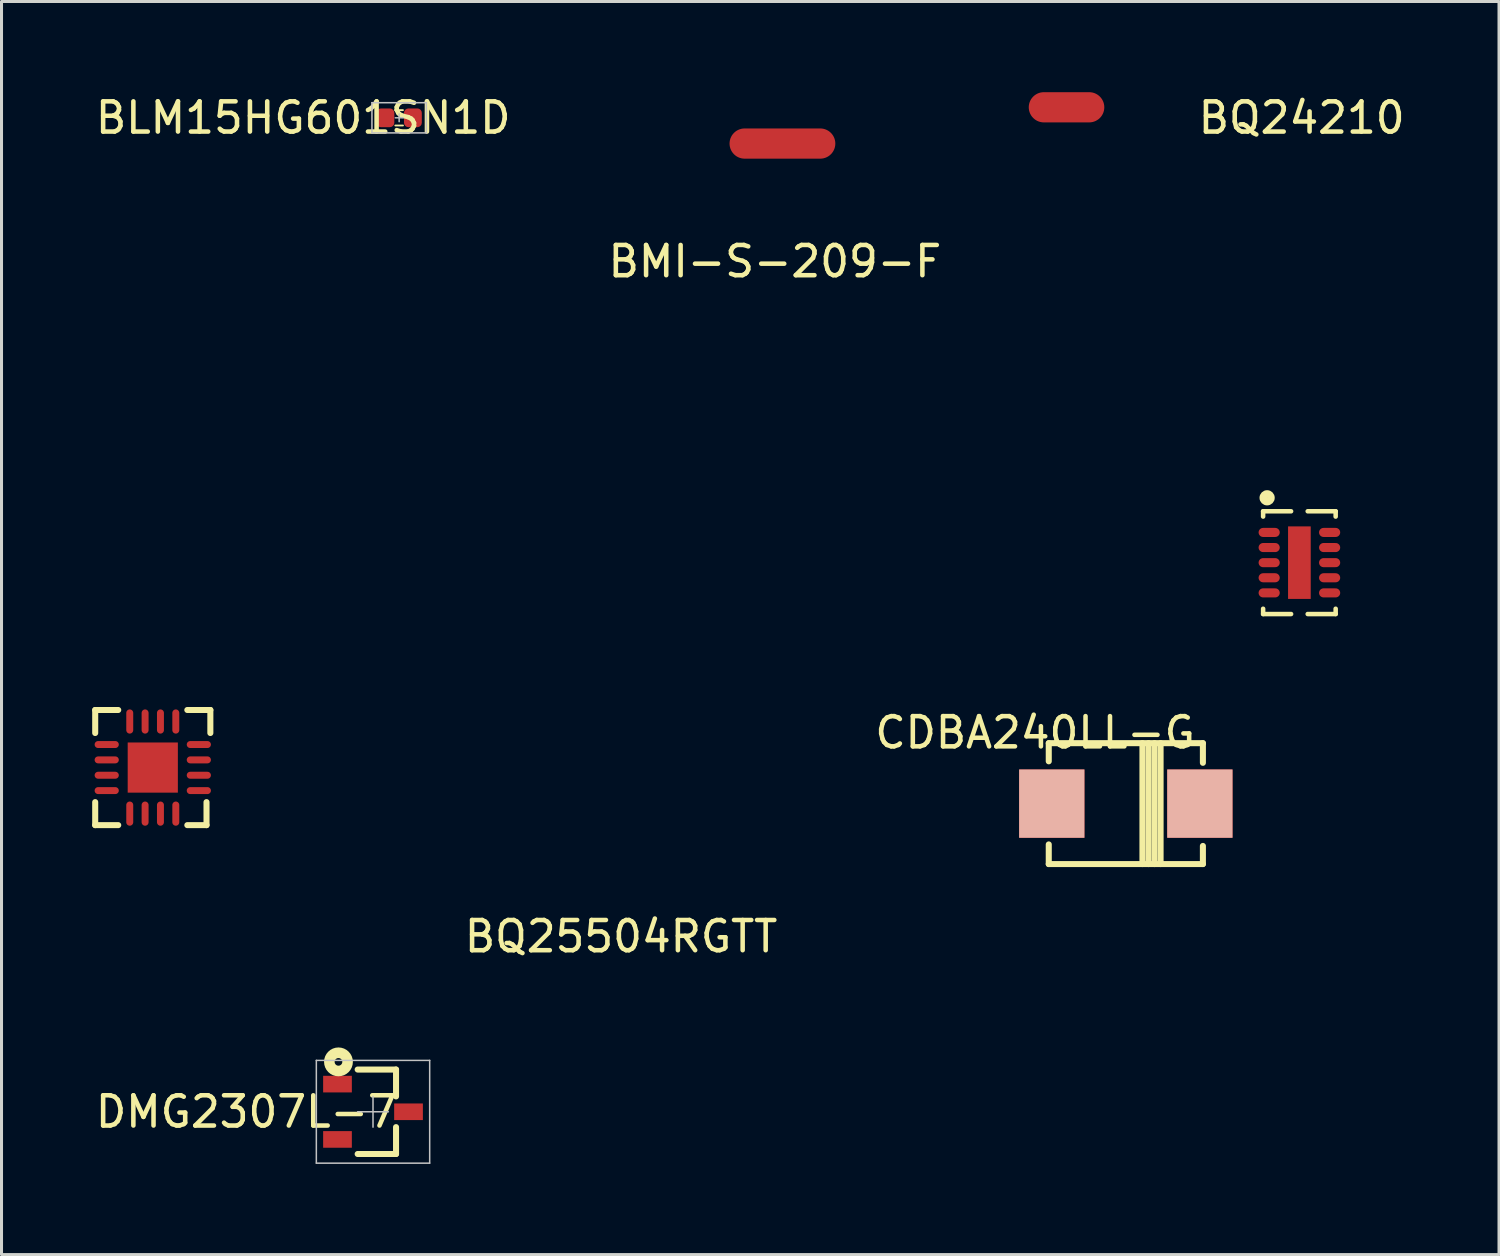
<source format=kicad_pcb>
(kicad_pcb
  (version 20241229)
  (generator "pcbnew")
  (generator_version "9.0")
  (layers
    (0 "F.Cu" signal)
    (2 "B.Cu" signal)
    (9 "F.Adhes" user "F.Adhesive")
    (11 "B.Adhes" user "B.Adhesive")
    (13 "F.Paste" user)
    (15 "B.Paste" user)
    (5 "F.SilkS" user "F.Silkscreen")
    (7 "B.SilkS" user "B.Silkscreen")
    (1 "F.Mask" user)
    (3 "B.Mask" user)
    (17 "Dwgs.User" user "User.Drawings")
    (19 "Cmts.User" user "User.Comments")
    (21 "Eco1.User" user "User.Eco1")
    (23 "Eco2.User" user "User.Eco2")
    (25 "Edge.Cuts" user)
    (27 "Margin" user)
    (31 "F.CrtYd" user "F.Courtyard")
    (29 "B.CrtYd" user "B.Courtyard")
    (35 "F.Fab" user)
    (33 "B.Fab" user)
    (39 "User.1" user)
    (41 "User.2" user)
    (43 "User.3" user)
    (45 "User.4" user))
  (footprint "BQ24210"
    (layer "F.Cu")
    (at 40.019 15.58)
    (property "Reference" "BQ24210" (at 0 -14.732 0) (layer "F.SilkS") (effects (font (size 1 1) (thickness 0.15))))
    (attr through_hole)
    (fp_line (start -1.275 -1.713) (end -1.275 -1.538) (stroke (width 0.15) (type solid)) (layer "F.SilkS"))
    (fp_line (start -1.275 1.512) (end -1.275 1.687) (stroke (width 0.15) (type solid)) (layer "F.SilkS"))
    (fp_line (start -0.35 -1.713) (end -1.275 -1.713) (stroke (width 0.15) (type solid)) (layer "F.SilkS"))
    (fp_line (start -0.35 1.687) (end -1.275 1.687) (stroke (width 0.15) (type solid)) (layer "F.SilkS"))
    (fp_line (start 1.125 -1.713) (end 0.2 -1.713) (stroke (width 0.15) (type solid)) (layer "F.SilkS"))
    (fp_line (start 1.125 -1.713) (end 1.125 -1.538) (stroke (width 0.15) (type solid)) (layer "F.SilkS"))
    (fp_line (start 1.125 1.512) (end 1.125 1.687) (stroke (width 0.15) (type solid)) (layer "F.SilkS"))
    (fp_line (start 1.125 1.687) (end 0.2 1.687) (stroke (width 0.15) (type solid)) (layer "F.SilkS"))
    (fp_circle (center -1.143 -2.159) (end -1.143 -2.032) (stroke (width 0.25) (type solid)) (fill no) (layer "F.SilkS"))
    (pad "1" smd oval (at -1.075 -1.013 270) (size 0.3 0.7) (layers "F.Cu" "F.Mask" "F.Paste"))
    (pad "2" smd oval (at -1.075 -0.513 270) (size 0.3 0.7) (layers "F.Cu" "F.Mask" "F.Paste"))
    (pad "3" smd oval (at -1.075 -0.013 270) (size 0.3 0.7) (layers "F.Cu" "F.Mask" "F.Paste"))
    (pad "4" smd oval (at -1.075 0.487 270) (size 0.3 0.7) (layers "F.Cu" "F.Mask" "F.Paste"))
    (pad "5" smd oval (at -1.075 0.987 270) (size 0.3 0.7) (layers "F.Cu" "F.Mask" "F.Paste"))
    (pad "6" smd oval (at 0.925 0.987 270) (size 0.3 0.7) (layers "F.Cu" "F.Mask" "F.Paste"))
    (pad "7" smd oval (at 0.925 0.487 270) (size 0.3 0.7) (layers "F.Cu" "F.Mask" "F.Paste"))
    (pad "8" smd oval (at 0.925 -0.013 270) (size 0.3 0.7) (layers "F.Cu" "F.Mask" "F.Paste"))
    (pad "9" smd oval (at 0.925 -0.513 270) (size 0.3 0.7) (layers "F.Cu" "F.Mask" "F.Paste"))
    (pad "10" smd oval (at 0.925 -1.013 270) (size 0.3 0.7) (layers "F.Cu" "F.Mask" "F.Paste"))
    (pad "11" smd rect (at -0.075 -0.013 270) (size 2.4 0.75) (layers "F.Cu" "F.Mask" "F.Paste")))
  (footprint "BQ25504RGTT"
    (layer "F.Cu")
    (at 2.005 22.347)
    (property "Reference" "BQ25504RGTT" (at 15.494 5.588 0) (layer "F.SilkS") (effects (font (size 1 1) (thickness 0.15))))
    (attr through_hole)
    (fp_line (start -1.905 -1.905) (end -1.905 -1.143) (stroke (width 0.2) (type solid)) (layer "F.SilkS"))
    (fp_line (start -1.905 1.143) (end -1.905 1.905) (stroke (width 0.2) (type solid)) (layer "F.SilkS"))
    (fp_line (start -1.905 1.905) (end -1.143 1.905) (stroke (width 0.2) (type solid)) (layer "F.SilkS"))
    (fp_line (start -1.143 -1.905) (end -1.905 -1.905) (stroke (width 0.2) (type solid)) (layer "F.SilkS"))
    (fp_line (start 1.143 -1.905) (end 1.905 -1.905) (stroke (width 0.2) (type solid)) (layer "F.SilkS"))
    (fp_line (start 1.778 1.143) (end 1.778 1.905) (stroke (width 0.2) (type solid)) (layer "F.SilkS"))
    (fp_line (start 1.778 1.905) (end 1.143 1.905) (stroke (width 0.2) (type solid)) (layer "F.SilkS"))
    (fp_line (start 1.905 -1.905) (end 1.905 -1.143) (stroke (width 0.2) (type solid)) (layer "F.SilkS"))
    (pad "1" smd oval (at -1.524 -0.762 90) (size 0.23 0.8) (layers "F.Cu" "F.Mask" "F.Paste"))
    (pad "2" smd oval (at -1.524 -0.254 90) (size 0.23 0.8) (layers "F.Cu" "F.Mask" "F.Paste"))
    (pad "3" smd oval (at -1.524 0.254 90) (size 0.23 0.8) (layers "F.Cu" "F.Mask" "F.Paste"))
    (pad "4" smd oval (at -1.524 0.762 90) (size 0.23 0.8) (layers "F.Cu" "F.Mask" "F.Paste"))
    (pad "5" smd oval (at -0.762 1.524 180) (size 0.23 0.8) (layers "F.Cu" "F.Mask" "F.Paste"))
    (pad "6" smd oval (at -0.254 1.524 180) (size 0.23 0.8) (layers "F.Cu" "F.Mask" "F.Paste"))
    (pad "7" smd oval (at 0.254 1.524 180) (size 0.23 0.8) (layers "F.Cu" "F.Mask" "F.Paste"))
    (pad "8" smd oval (at 0.762 1.524 180) (size 0.23 0.8) (layers "F.Cu" "F.Mask" "F.Paste"))
    (pad "9" smd oval (at 1.524 0.762 270) (size 0.23 0.8) (layers "F.Cu" "F.Mask" "F.Paste"))
    (pad "10" smd oval (at 1.524 0.254 270) (size 0.23 0.8) (layers "F.Cu" "F.Mask" "F.Paste"))
    (pad "11" smd oval (at 1.524 -0.254 270) (size 0.23 0.8) (layers "F.Cu" "F.Mask" "F.Paste"))
    (pad "12" smd oval (at 1.524 -0.762 270) (size 0.23 0.8) (layers "F.Cu" "F.Mask" "F.Paste"))
    (pad "13" smd oval (at 0.762 -1.524 180) (size 0.23 0.8) (layers "F.Cu" "F.Mask" "F.Paste"))
    (pad "14" smd oval (at 0.254 -1.524 180) (size 0.23 0.8) (layers "F.Cu" "F.Mask" "F.Paste"))
    (pad "15" smd oval (at -0.254 -1.524 180) (size 0.23 0.8) (layers "F.Cu" "F.Mask" "F.Paste"))
    (pad "16" smd oval (at -0.762 -1.524 180) (size 0.23 0.8) (layers "F.Cu" "F.Mask" "F.Paste"))
    (pad "17" smd rect (at 0 0) (size 1.66 1.66) (layers "F.Cu" "F.Mask" "F.Paste")))
  (footprint "CDBA240LL-G"
    (layer "F.Cu")
    (at 34.201 23.54)
    (property "Reference" "CDBA240LL-G" (at -3 -2.35 0) (layer "F.SilkS") (effects (font (size 1 1) (thickness 0.15))))
    (attr through_hole)
    (fp_line (start -2.55 -2) (end 2.55 -2) (stroke (width 0.2) (type solid)) (layer "F.SilkS"))
    (fp_line (start -2.55 -1.4) (end -2.55 -2) (stroke (width 0.2) (type solid)) (layer "F.SilkS"))
    (fp_line (start -2.55 2) (end -2.55 1.35) (stroke (width 0.2) (type solid)) (layer "F.SilkS"))
    (fp_line (start 0.55 -2) (end 0.55 2) (stroke (width 0.2) (type solid)) (layer "F.SilkS"))
    (fp_line (start 0.75 -2) (end 0.75 2) (stroke (width 0.2) (type solid)) (layer "F.SilkS"))
    (fp_line (start 0.95 -2) (end 0.95 2) (stroke (width 0.2) (type solid)) (layer "F.SilkS"))
    (fp_line (start 1.15 -2) (end 1.15 2) (stroke (width 0.2) (type solid)) (layer "F.SilkS"))
    (fp_line (start 2.55 -2) (end 2.55 -1.35) (stroke (width 0.2) (type solid)) (layer "F.SilkS"))
    (fp_line (start 2.55 1.4) (end 2.55 2) (stroke (width 0.2) (type solid)) (layer "F.SilkS"))
    (fp_line (start 2.55 2) (end -2.55 2) (stroke (width 0.2) (type solid)) (layer "F.SilkS"))
    (pad "1" smd rect (at -2.45 0 180) (size 2.16 2.26) (layers "F.Cu" "F.Mask" "B.SilkS" "F.Paste"))
    (pad "2" smd rect (at 2.45 0 180) (size 2.16 2.26) (layers "F.Cu" "F.Mask" "B.SilkS" "F.Paste")))
  (footprint "DMG2307L-7"
    (layer "F.Cu")
    (at 9.292 33.736)
    (property "Reference" "DMG2307L-7" (at -4.191 0 0) (layer "F.SilkS") (effects (font (size 1 1) (thickness 0.15))))
    (attr through_hole)
    (fp_line (start 0.762 -1.397) (end -0.508 -1.397) (stroke (width 0.2) (type solid)) (layer "F.SilkS"))
    (fp_line (start 0.762 -0.508) (end 0.762 -1.397) (stroke (width 0.2) (type solid)) (layer "F.SilkS"))
    (fp_line (start 0.762 0.508) (end 0.762 1.397) (stroke (width 0.2) (type solid)) (layer "F.SilkS"))
    (fp_line (start 0.762 1.397) (end -0.508 1.397) (stroke (width 0.2) (type solid)) (layer "F.SilkS"))
    (fp_circle (center -1.143 -1.651) (end -1.143 -1.524) (stroke (width 0.35) (type solid)) (fill no) (layer "F.SilkS"))
    (fp_line (start -1.875 -1.7) (end -1.875 1.7) (stroke (width 0.05) (type solid)) (layer "Dwgs.User"))
    (fp_line (start -1.875 -1.7) (end 1.875 -1.7) (stroke (width 0.05) (type solid)) (layer "Dwgs.User"))
    (fp_line (start 0 -0.508) (end 0 0.508) (stroke (width 0.05) (type solid)) (layer "Dwgs.User"))
    (fp_line (start 0.508 0) (end -0.508 0) (stroke (width 0.05) (type solid)) (layer "Dwgs.User"))
    (fp_line (start 1.875 -1.7) (end 1.875 1.7) (stroke (width 0.05) (type solid)) (layer "Dwgs.User"))
    (fp_line (start 1.875 1.7) (end -1.875 1.7) (stroke (width 0.05) (type solid)) (layer "Dwgs.User"))
    (fp_line (start -0.762 -1.397) (end -0.762 1.397) (stroke (width 0.05) (type solid)) (layer "Eco1.User"))
    (fp_line (start -0.762 1.397) (end 0.762 1.397) (stroke (width 0.05) (type solid)) (layer "Eco1.User"))
    (fp_line (start 0.762 -1.397) (end -0.762 -1.397) (stroke (width 0.05) (type solid)) (layer "Eco1.User"))
    (fp_line (start 0.762 1.397) (end 0.762 -1.397) (stroke (width 0.05) (type solid)) (layer "Eco1.User"))
    (pad "1" smd rect (at -1.175 -0.915) (size 0.95 0.55) (layers "F.Cu" "F.Mask" "F.Paste"))
    (pad "2" smd rect (at -1.175 0.915) (size 0.95 0.55) (layers "F.Cu" "F.Mask" "F.Paste"))
    (pad "3" smd rect (at 1.175 0) (size 0.95 0.55) (layers "F.Cu" "F.Mask" "F.Paste")))
  (footprint "BLM15HG601SN1D"
    (layer "F.Cu")
    (at 10.157 0.848)
    (property "Reference" "BLM15HG601SN1D" (at -3.175 0 0) (layer "F.SilkS") (effects (font (size 1 1) (thickness 0.15))))
    (attr through_hole)
    (fp_line (start -0.127 -0.254) (end 0.127 -0.254) (stroke (width 0.06) (type solid)) (layer "F.SilkS"))
    (fp_line (start 0.127 0.254) (end -0.127 0.254) (stroke (width 0.06) (type solid)) (layer "F.SilkS"))
    (fp_line (start -0.9 -0.5) (end -0.9 0.5) (stroke (width 0.05) (type solid)) (layer "Dwgs.User"))
    (fp_line (start -0.9 0.5) (end 0.9 0.5) (stroke (width 0.05) (type solid)) (layer "Dwgs.User"))
    (fp_line (start 0 -0.127) (end 0 0.127) (stroke (width 0.05) (type solid)) (layer "Dwgs.User"))
    (fp_line (start 0.127 0) (end -0.127 0) (stroke (width 0.05) (type solid)) (layer "Dwgs.User"))
    (fp_line (start 0.9 -0.5) (end -0.9 -0.5) (stroke (width 0.05) (type solid)) (layer "Dwgs.User"))
    (fp_line (start 0.9 0.5) (end 0.9 -0.5) (stroke (width 0.05) (type solid)) (layer "Dwgs.User"))
    (pad "1" smd roundrect (at -0.455 0) (size 0.59 0.62) (layers "F.Cu" "F.Mask" "F.Paste") (roundrect_rratio 0.25))
    (pad "2" smd roundrect (at 0.455 0) (size 0.59 0.62) (layers "F.Cu" "F.Mask" "F.Paste") (roundrect_rratio 0.25)))
  (footprint "BMI-S-209-F"
    (layer "F.Cu")
    (at 22.589 5.1)
    (property "Reference" "BMI-S-209-F" (at 0 0.5 0) (layer "F.SilkS") (effects (font (size 1 1) (thickness 0.15))))
    (attr through_hole)
    (pad "1" smd oval (at 0.25 -3.4) (size 3.5 1) (layers "F.Cu" "F.Mask" "F.Paste"))
    (pad "1" smd oval (at 9.65 -4.6) (size 2.5 1) (layers "F.Cu" "F.Mask" "F.Paste")))
  (gr_rect
    (start -3 -3)
    (end 46.549 38.461)
    (stroke (width 0.1) (type default))
    (fill no)
    (layer "Edge.Cuts")))
</source>
